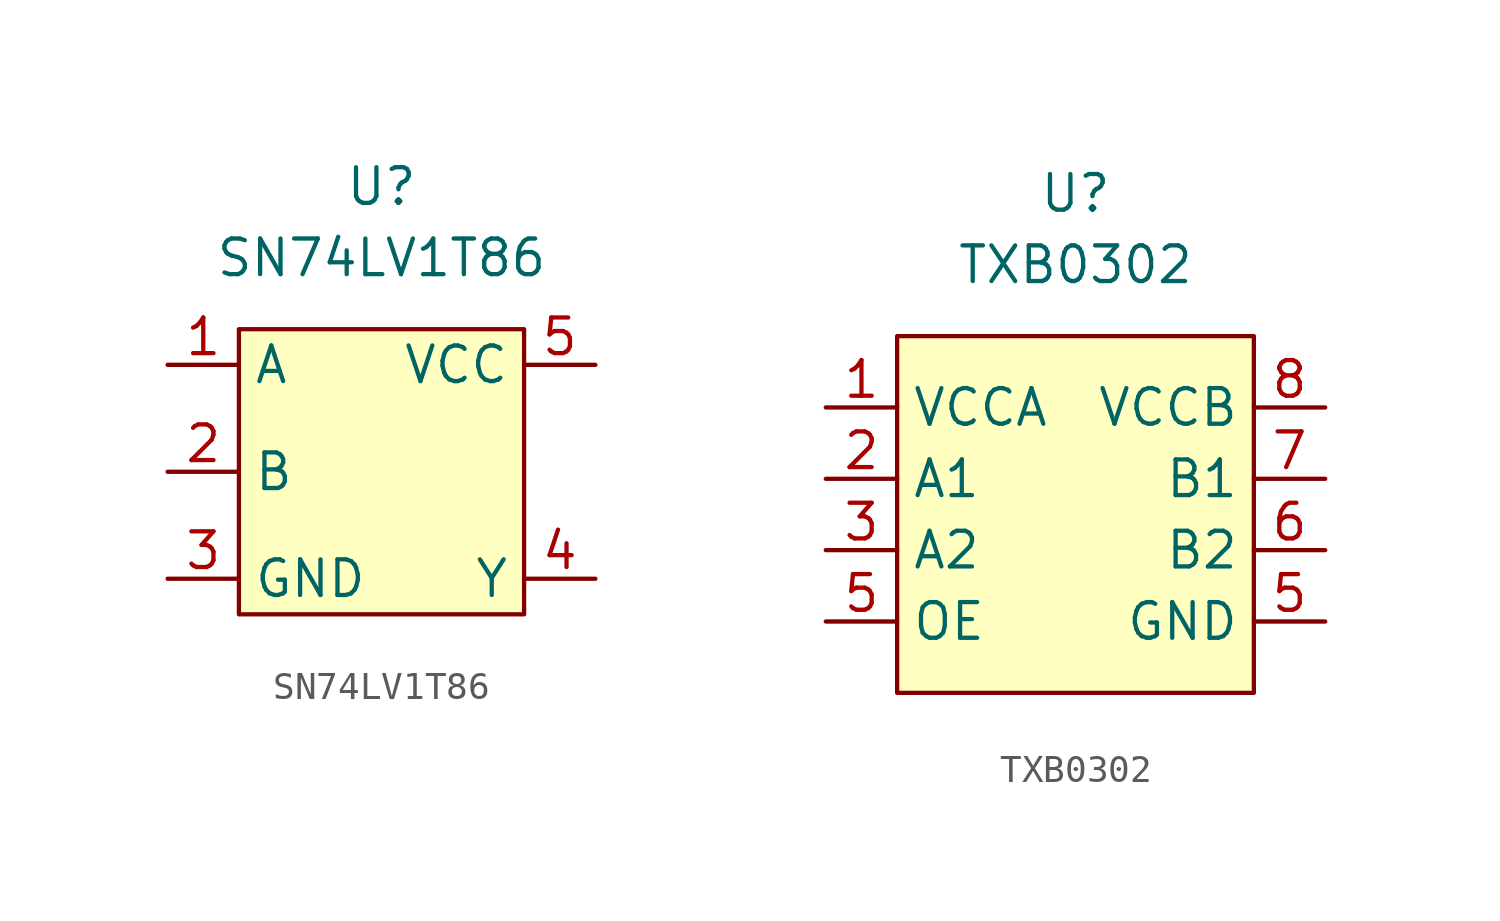
<source format=kicad_sym>
(kicad_symbol_lib
  (version 20211014)
  (generator kicad_symbol_editor)
  (symbol "SN74LV1T86"
    (property "Reference" "U"
      (at 0 5.08 0)
      (effects (font (size 1.27 1.27))))
    (property "Value" "SN74LV1T86"
      (at 0 2.54 0)
      (effects (font (size 1.27 1.27))))
    (symbol "SN74LV1T86_0_1"
      (rectangle (start -5.08 0) (end 5.08 -10.16) (stroke (width 0.152) (type default) (color 0 0 0 0)) (fill (type background))))
    (symbol "SN74LV1T86_1_1"
      (pin input line (at -7.62 -1.27 0) (length 2.54) (name "A" (effects (font (size 1.27 1.27)))) (number "1" (effects (font (size 1.27 1.27)))))
      (pin input line (at -7.62 -5.08 0) (length 2.54) (name "B" (effects (font (size 1.27 1.27)))) (number "2" (effects (font (size 1.27 1.27)))))
      (pin input line (at -7.62 -8.89 0) (length 2.54) (name "GND" (effects (font (size 1.27 1.27)))) (number "3" (effects (font (size 1.27 1.27)))))
      (pin input line (at 7.62 -8.89 180) (length 2.54) (name "Y" (effects (font (size 1.27 1.27)))) (number "4" (effects (font (size 1.27 1.27)))))
      (pin input line (at 7.62 -1.27 180) (length 2.54) (name "VCC" (effects (font (size 1.27 1.27)))) (number "5" (effects (font (size 1.27 1.27)))))))
  (symbol "TXB0302"
    (property "Reference" "U"
      (at 0 5.08 0)
      (effects (font (size 1.27 1.27))))
    (property "Value" "TXB0302"
      (at 0 2.54 0)
      (effects (font (size 1.27 1.27))))
    (symbol "TXB0302_0_1"
      (rectangle (start -6.35 0) (end 6.35 -12.7) (stroke (width 0) (type default) (color 0 0 0 0)) (fill (type background))))
    (symbol "TXB0302_1_1"
      (pin input line (at -8.89 -2.54 0) (length 2.54) (name "VCCA" (effects (font (size 1.27 1.27)))) (number "1" (effects (font (size 1.27 1.27)))))
      (pin input line (at -8.89 -5.08 0) (length 2.54) (name "A1" (effects (font (size 1.27 1.27)))) (number "2" (effects (font (size 1.27 1.27)))))
      (pin input line (at -8.89 -7.62 0) (length 2.54) (name "A2" (effects (font (size 1.27 1.27)))) (number "3" (effects (font (size 1.27 1.27)))))
      (pin input line (at 8.89 -10.16 180) (length 2.54) (name "GND" (effects (font (size 1.27 1.27)))) (number "5" (effects (font (size 1.27 1.27)))))
      (pin input line (at -8.89 -10.16 0) (length 2.54) (name "OE" (effects (font (size 1.27 1.27)))) (number "5" (effects (font (size 1.27 1.27)))))
      (pin input line (at 8.89 -7.62 180) (length 2.54) (name "B2" (effects (font (size 1.27 1.27)))) (number "6" (effects (font (size 1.27 1.27)))))
      (pin input line (at 8.89 -5.08 180) (length 2.54) (name "B1" (effects (font (size 1.27 1.27)))) (number "7" (effects (font (size 1.27 1.27)))))
      (pin input line (at 8.89 -2.54 180) (length 2.54) (name "VCCB" (effects (font (size 1.27 1.27)))) (number "8" (effects (font (size 1.27 1.27))))))))
</source>
